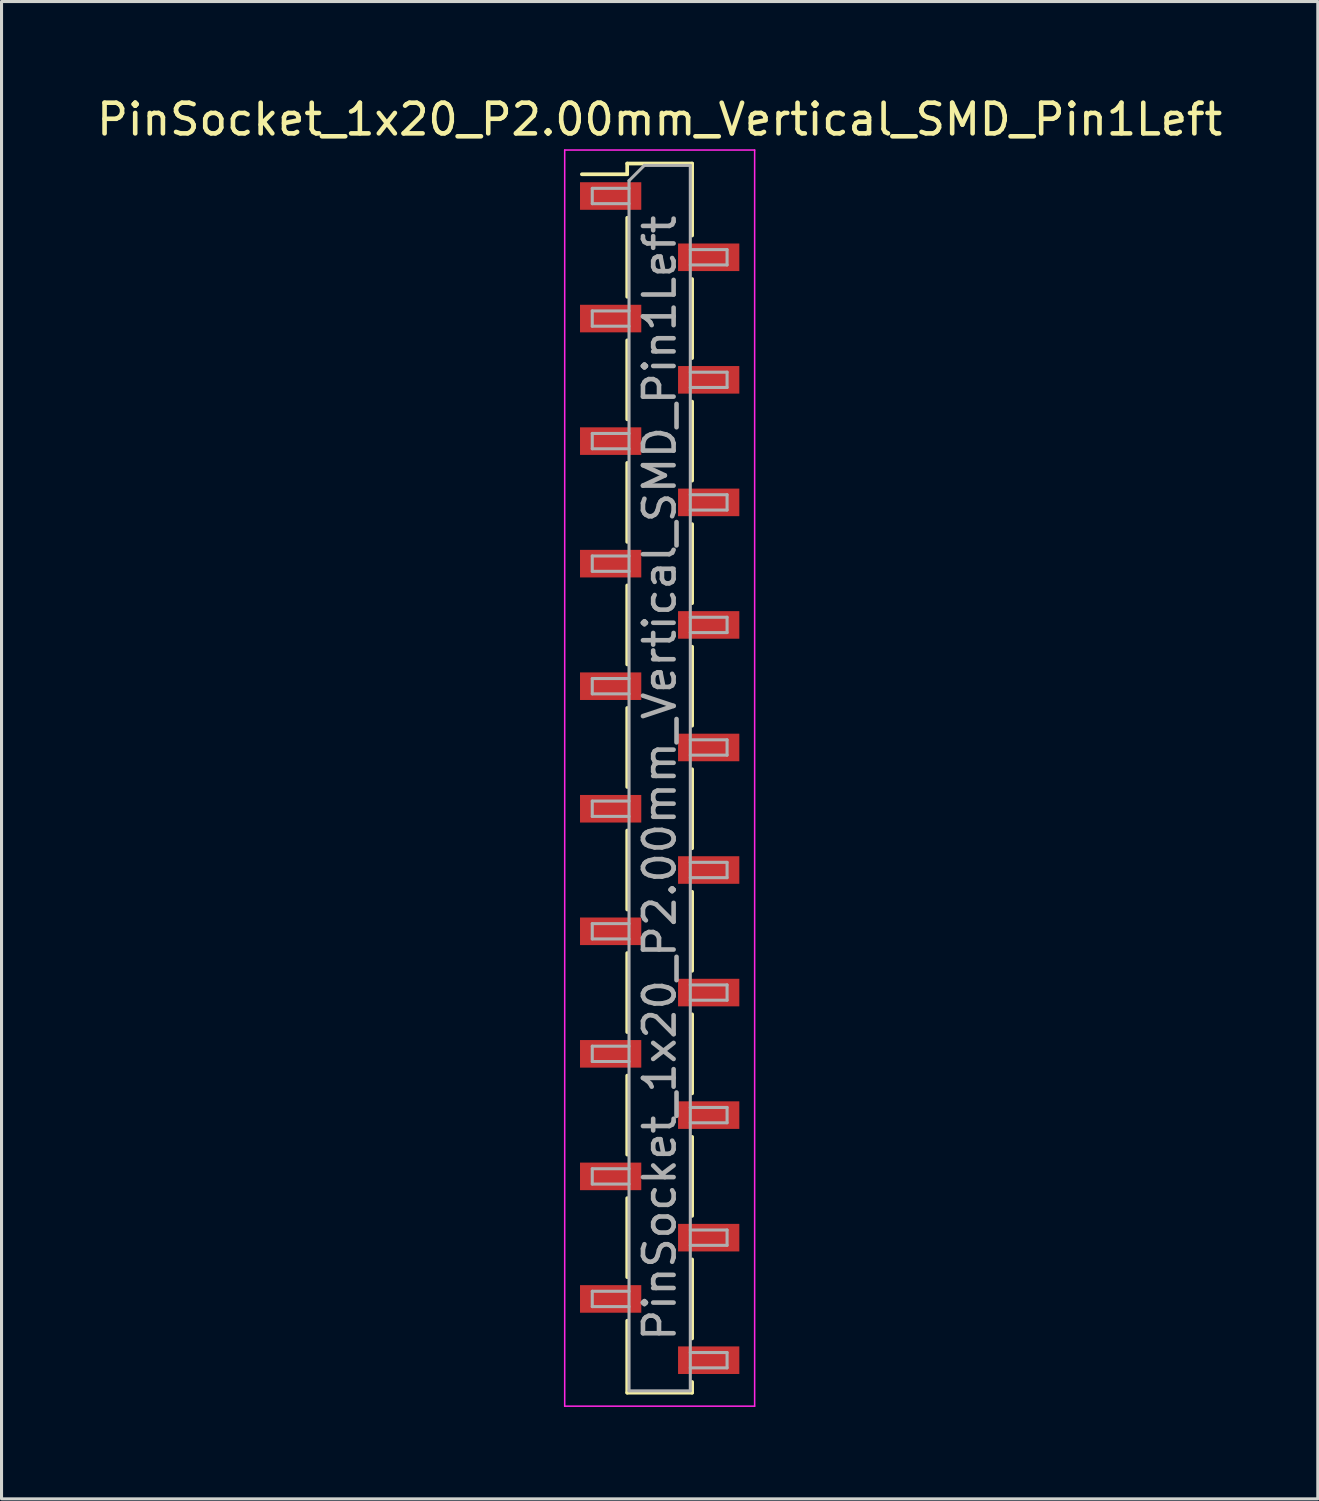
<source format=kicad_pcb>
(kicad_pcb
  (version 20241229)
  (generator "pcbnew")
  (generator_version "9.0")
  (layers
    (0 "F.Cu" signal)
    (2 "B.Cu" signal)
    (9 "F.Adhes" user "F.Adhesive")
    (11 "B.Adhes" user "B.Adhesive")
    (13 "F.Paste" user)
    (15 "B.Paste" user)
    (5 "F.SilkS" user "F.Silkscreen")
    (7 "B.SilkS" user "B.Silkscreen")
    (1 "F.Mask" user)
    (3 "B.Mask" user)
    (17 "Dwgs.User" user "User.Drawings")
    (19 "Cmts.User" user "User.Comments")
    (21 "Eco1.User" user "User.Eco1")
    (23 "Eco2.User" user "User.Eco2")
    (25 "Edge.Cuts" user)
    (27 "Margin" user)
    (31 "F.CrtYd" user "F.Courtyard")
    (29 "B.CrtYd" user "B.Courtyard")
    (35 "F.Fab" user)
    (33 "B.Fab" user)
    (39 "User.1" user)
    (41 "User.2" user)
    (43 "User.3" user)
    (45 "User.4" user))
  (footprint "PinSocket_1x20_P2.00mm_Vertical_SMD_Pin1Left"
    (layer "F.Cu")
    (at 18.482 22.348)
    (property "Reference" "PinSocket_1x20_P2.00mm_Vertical_SMD_Pin1Left" (at 0 -21.5 0) (layer "F.SilkS") (effects (font (size 1 1) (thickness 0.15))))
    (attr smd)
    (fp_line (start -2.54 -19.71) (end -1.06 -19.71) (stroke (width 0.12) (type solid)) (layer "F.SilkS"))
    (fp_line (start -1.06 -20.06) (end -1.06 -19.71) (stroke (width 0.12) (type solid)) (layer "F.SilkS"))
    (fp_line (start -1.06 -20.06) (end 1.06 -20.06) (stroke (width 0.12) (type solid)) (layer "F.SilkS"))
    (fp_line (start -1.06 -18.29) (end -1.06 -15.71) (stroke (width 0.12) (type solid)) (layer "F.SilkS"))
    (fp_line (start -1.06 -14.29) (end -1.06 -11.71) (stroke (width 0.12) (type solid)) (layer "F.SilkS"))
    (fp_line (start -1.06 -10.29) (end -1.06 -7.71) (stroke (width 0.12) (type solid)) (layer "F.SilkS"))
    (fp_line (start -1.06 -6.29) (end -1.06 -3.71) (stroke (width 0.12) (type solid)) (layer "F.SilkS"))
    (fp_line (start -1.06 -2.29) (end -1.06 0.29) (stroke (width 0.12) (type solid)) (layer "F.SilkS"))
    (fp_line (start -1.06 1.71) (end -1.06 4.29) (stroke (width 0.12) (type solid)) (layer "F.SilkS"))
    (fp_line (start -1.06 5.71) (end -1.06 8.29) (stroke (width 0.12) (type solid)) (layer "F.SilkS"))
    (fp_line (start -1.06 9.71) (end -1.06 12.29) (stroke (width 0.12) (type solid)) (layer "F.SilkS"))
    (fp_line (start -1.06 13.71) (end -1.06 16.29) (stroke (width 0.12) (type solid)) (layer "F.SilkS"))
    (fp_line (start -1.06 17.71) (end -1.06 20.06) (stroke (width 0.12) (type solid)) (layer "F.SilkS"))
    (fp_line (start -1.06 20.06) (end 1.06 20.06) (stroke (width 0.12) (type solid)) (layer "F.SilkS"))
    (fp_line (start 1.06 -20.06) (end 1.06 -17.71) (stroke (width 0.12) (type solid)) (layer "F.SilkS"))
    (fp_line (start 1.06 -16.29) (end 1.06 -13.71) (stroke (width 0.12) (type solid)) (layer "F.SilkS"))
    (fp_line (start 1.06 -12.29) (end 1.06 -9.71) (stroke (width 0.12) (type solid)) (layer "F.SilkS"))
    (fp_line (start 1.06 -8.29) (end 1.06 -5.71) (stroke (width 0.12) (type solid)) (layer "F.SilkS"))
    (fp_line (start 1.06 -4.29) (end 1.06 -1.71) (stroke (width 0.12) (type solid)) (layer "F.SilkS"))
    (fp_line (start 1.06 -0.29) (end 1.06 2.29) (stroke (width 0.12) (type solid)) (layer "F.SilkS"))
    (fp_line (start 1.06 3.71) (end 1.06 6.29) (stroke (width 0.12) (type solid)) (layer "F.SilkS"))
    (fp_line (start 1.06 7.71) (end 1.06 10.29) (stroke (width 0.12) (type solid)) (layer "F.SilkS"))
    (fp_line (start 1.06 11.71) (end 1.06 14.29) (stroke (width 0.12) (type solid)) (layer "F.SilkS"))
    (fp_line (start 1.06 15.71) (end 1.06 18.29) (stroke (width 0.12) (type solid)) (layer "F.SilkS"))
    (fp_line (start 1.06 19.71) (end 1.06 20.06) (stroke (width 0.12) (type solid)) (layer "F.SilkS"))
    (fp_line (start -3.1 -20.5) (end 3.1 -20.5) (stroke (width 0.05) (type solid)) (layer "F.CrtYd"))
    (fp_line (start -3.1 20.5) (end -3.1 -20.5) (stroke (width 0.05) (type solid)) (layer "F.CrtYd"))
    (fp_line (start 3.1 -20.5) (end 3.1 20.5) (stroke (width 0.05) (type solid)) (layer "F.CrtYd"))
    (fp_line (start 3.1 20.5) (end -3.1 20.5) (stroke (width 0.05) (type solid)) (layer "F.CrtYd"))
    (fp_line (start -2.2 -19.25) (end -1 -19.25) (stroke (width 0.1) (type solid)) (layer "F.Fab"))
    (fp_line (start -2.2 -18.75) (end -2.2 -19.25) (stroke (width 0.1) (type solid)) (layer "F.Fab"))
    (fp_line (start -2.2 -15.25) (end -1 -15.25) (stroke (width 0.1) (type solid)) (layer "F.Fab"))
    (fp_line (start -2.2 -14.75) (end -2.2 -15.25) (stroke (width 0.1) (type solid)) (layer "F.Fab"))
    (fp_line (start -2.2 -11.25) (end -1 -11.25) (stroke (width 0.1) (type solid)) (layer "F.Fab"))
    (fp_line (start -2.2 -10.75) (end -2.2 -11.25) (stroke (width 0.1) (type solid)) (layer "F.Fab"))
    (fp_line (start -2.2 -7.25) (end -1 -7.25) (stroke (width 0.1) (type solid)) (layer "F.Fab"))
    (fp_line (start -2.2 -6.75) (end -2.2 -7.25) (stroke (width 0.1) (type solid)) (layer "F.Fab"))
    (fp_line (start -2.2 -3.25) (end -1 -3.25) (stroke (width 0.1) (type solid)) (layer "F.Fab"))
    (fp_line (start -2.2 -2.75) (end -2.2 -3.25) (stroke (width 0.1) (type solid)) (layer "F.Fab"))
    (fp_line (start -2.2 0.75) (end -1 0.75) (stroke (width 0.1) (type solid)) (layer "F.Fab"))
    (fp_line (start -2.2 1.25) (end -2.2 0.75) (stroke (width 0.1) (type solid)) (layer "F.Fab"))
    (fp_line (start -2.2 4.75) (end -1 4.75) (stroke (width 0.1) (type solid)) (layer "F.Fab"))
    (fp_line (start -2.2 5.25) (end -2.2 4.75) (stroke (width 0.1) (type solid)) (layer "F.Fab"))
    (fp_line (start -2.2 8.75) (end -1 8.75) (stroke (width 0.1) (type solid)) (layer "F.Fab"))
    (fp_line (start -2.2 9.25) (end -2.2 8.75) (stroke (width 0.1) (type solid)) (layer "F.Fab"))
    (fp_line (start -2.2 12.75) (end -1 12.75) (stroke (width 0.1) (type solid)) (layer "F.Fab"))
    (fp_line (start -2.2 13.25) (end -2.2 12.75) (stroke (width 0.1) (type solid)) (layer "F.Fab"))
    (fp_line (start -2.2 16.75) (end -1 16.75) (stroke (width 0.1) (type solid)) (layer "F.Fab"))
    (fp_line (start -2.2 17.25) (end -2.2 16.75) (stroke (width 0.1) (type solid)) (layer "F.Fab"))
    (fp_line (start -1 -19.5) (end -0.5 -20) (stroke (width 0.1) (type solid)) (layer "F.Fab"))
    (fp_line (start -1 -18.75) (end -2.2 -18.75) (stroke (width 0.1) (type solid)) (layer "F.Fab"))
    (fp_line (start -1 -14.75) (end -2.2 -14.75) (stroke (width 0.1) (type solid)) (layer "F.Fab"))
    (fp_line (start -1 -10.75) (end -2.2 -10.75) (stroke (width 0.1) (type solid)) (layer "F.Fab"))
    (fp_line (start -1 -6.75) (end -2.2 -6.75) (stroke (width 0.1) (type solid)) (layer "F.Fab"))
    (fp_line (start -1 -2.75) (end -2.2 -2.75) (stroke (width 0.1) (type solid)) (layer "F.Fab"))
    (fp_line (start -1 1.25) (end -2.2 1.25) (stroke (width 0.1) (type solid)) (layer "F.Fab"))
    (fp_line (start -1 5.25) (end -2.2 5.25) (stroke (width 0.1) (type solid)) (layer "F.Fab"))
    (fp_line (start -1 9.25) (end -2.2 9.25) (stroke (width 0.1) (type solid)) (layer "F.Fab"))
    (fp_line (start -1 13.25) (end -2.2 13.25) (stroke (width 0.1) (type solid)) (layer "F.Fab"))
    (fp_line (start -1 17.25) (end -2.2 17.25) (stroke (width 0.1) (type solid)) (layer "F.Fab"))
    (fp_line (start -1 20) (end -1 -19.5) (stroke (width 0.1) (type solid)) (layer "F.Fab"))
    (fp_line (start -0.5 -20) (end 1 -20) (stroke (width 0.1) (type solid)) (layer "F.Fab"))
    (fp_line (start 1 -20) (end 1 20) (stroke (width 0.1) (type solid)) (layer "F.Fab"))
    (fp_line (start 1 -17.25) (end 2.2 -17.25) (stroke (width 0.1) (type solid)) (layer "F.Fab"))
    (fp_line (start 1 -13.25) (end 2.2 -13.25) (stroke (width 0.1) (type solid)) (layer "F.Fab"))
    (fp_line (start 1 -9.25) (end 2.2 -9.25) (stroke (width 0.1) (type solid)) (layer "F.Fab"))
    (fp_line (start 1 -5.25) (end 2.2 -5.25) (stroke (width 0.1) (type solid)) (layer "F.Fab"))
    (fp_line (start 1 -1.25) (end 2.2 -1.25) (stroke (width 0.1) (type solid)) (layer "F.Fab"))
    (fp_line (start 1 2.75) (end 2.2 2.75) (stroke (width 0.1) (type solid)) (layer "F.Fab"))
    (fp_line (start 1 6.75) (end 2.2 6.75) (stroke (width 0.1) (type solid)) (layer "F.Fab"))
    (fp_line (start 1 10.75) (end 2.2 10.75) (stroke (width 0.1) (type solid)) (layer "F.Fab"))
    (fp_line (start 1 14.75) (end 2.2 14.75) (stroke (width 0.1) (type solid)) (layer "F.Fab"))
    (fp_line (start 1 18.75) (end 2.2 18.75) (stroke (width 0.1) (type solid)) (layer "F.Fab"))
    (fp_line (start 1 20) (end -1 20) (stroke (width 0.1) (type solid)) (layer "F.Fab"))
    (fp_line (start 2.2 -17.25) (end 2.2 -16.75) (stroke (width 0.1) (type solid)) (layer "F.Fab"))
    (fp_line (start 2.2 -16.75) (end 1 -16.75) (stroke (width 0.1) (type solid)) (layer "F.Fab"))
    (fp_line (start 2.2 -13.25) (end 2.2 -12.75) (stroke (width 0.1) (type solid)) (layer "F.Fab"))
    (fp_line (start 2.2 -12.75) (end 1 -12.75) (stroke (width 0.1) (type solid)) (layer "F.Fab"))
    (fp_line (start 2.2 -9.25) (end 2.2 -8.75) (stroke (width 0.1) (type solid)) (layer "F.Fab"))
    (fp_line (start 2.2 -8.75) (end 1 -8.75) (stroke (width 0.1) (type solid)) (layer "F.Fab"))
    (fp_line (start 2.2 -5.25) (end 2.2 -4.75) (stroke (width 0.1) (type solid)) (layer "F.Fab"))
    (fp_line (start 2.2 -4.75) (end 1 -4.75) (stroke (width 0.1) (type solid)) (layer "F.Fab"))
    (fp_line (start 2.2 -1.25) (end 2.2 -0.75) (stroke (width 0.1) (type solid)) (layer "F.Fab"))
    (fp_line (start 2.2 -0.75) (end 1 -0.75) (stroke (width 0.1) (type solid)) (layer "F.Fab"))
    (fp_line (start 2.2 2.75) (end 2.2 3.25) (stroke (width 0.1) (type solid)) (layer "F.Fab"))
    (fp_line (start 2.2 3.25) (end 1 3.25) (stroke (width 0.1) (type solid)) (layer "F.Fab"))
    (fp_line (start 2.2 6.75) (end 2.2 7.25) (stroke (width 0.1) (type solid)) (layer "F.Fab"))
    (fp_line (start 2.2 7.25) (end 1 7.25) (stroke (width 0.1) (type solid)) (layer "F.Fab"))
    (fp_line (start 2.2 10.75) (end 2.2 11.25) (stroke (width 0.1) (type solid)) (layer "F.Fab"))
    (fp_line (start 2.2 11.25) (end 1 11.25) (stroke (width 0.1) (type solid)) (layer "F.Fab"))
    (fp_line (start 2.2 14.75) (end 2.2 15.25) (stroke (width 0.1) (type solid)) (layer "F.Fab"))
    (fp_line (start 2.2 15.25) (end 1 15.25) (stroke (width 0.1) (type solid)) (layer "F.Fab"))
    (fp_line (start 2.2 18.75) (end 2.2 19.25) (stroke (width 0.1) (type solid)) (layer "F.Fab"))
    (fp_line (start 2.2 19.25) (end 1 19.25) (stroke (width 0.1) (type solid)) (layer "F.Fab"))
    (fp_text user "${REFERENCE}" (at 0 0 90) (layer "F.Fab") (effects (font (size 1 1) (thickness 0.15))))
    (pad "1" smd rect (at -1.6 -19) (size 2 0.9) (layers "F.Cu" "F.Mask" "F.Paste"))
    (pad "2" smd rect (at 1.6 -17) (size 2 0.9) (layers "F.Cu" "F.Mask" "F.Paste"))
    (pad "3" smd rect (at -1.6 -15) (size 2 0.9) (layers "F.Cu" "F.Mask" "F.Paste"))
    (pad "4" smd rect (at 1.6 -13) (size 2 0.9) (layers "F.Cu" "F.Mask" "F.Paste"))
    (pad "5" smd rect (at -1.6 -11) (size 2 0.9) (layers "F.Cu" "F.Mask" "F.Paste"))
    (pad "6" smd rect (at 1.6 -9) (size 2 0.9) (layers "F.Cu" "F.Mask" "F.Paste"))
    (pad "7" smd rect (at -1.6 -7) (size 2 0.9) (layers "F.Cu" "F.Mask" "F.Paste"))
    (pad "8" smd rect (at 1.6 -5) (size 2 0.9) (layers "F.Cu" "F.Mask" "F.Paste"))
    (pad "9" smd rect (at -1.6 -3) (size 2 0.9) (layers "F.Cu" "F.Mask" "F.Paste"))
    (pad "10" smd rect (at 1.6 -1) (size 2 0.9) (layers "F.Cu" "F.Mask" "F.Paste"))
    (pad "11" smd rect (at -1.6 1) (size 2 0.9) (layers "F.Cu" "F.Mask" "F.Paste"))
    (pad "12" smd rect (at 1.6 3) (size 2 0.9) (layers "F.Cu" "F.Mask" "F.Paste"))
    (pad "13" smd rect (at -1.6 5) (size 2 0.9) (layers "F.Cu" "F.Mask" "F.Paste"))
    (pad "14" smd rect (at 1.6 7) (size 2 0.9) (layers "F.Cu" "F.Mask" "F.Paste"))
    (pad "15" smd rect (at -1.6 9) (size 2 0.9) (layers "F.Cu" "F.Mask" "F.Paste"))
    (pad "16" smd rect (at 1.6 11) (size 2 0.9) (layers "F.Cu" "F.Mask" "F.Paste"))
    (pad "17" smd rect (at -1.6 13) (size 2 0.9) (layers "F.Cu" "F.Mask" "F.Paste"))
    (pad "18" smd rect (at 1.6 15) (size 2 0.9) (layers "F.Cu" "F.Mask" "F.Paste"))
    (pad "19" smd rect (at -1.6 17) (size 2 0.9) (layers "F.Cu" "F.Mask" "F.Paste"))
    (pad "20" smd rect (at 1.6 19) (size 2 0.9) (layers "F.Cu" "F.Mask" "F.Paste")))
  (gr_rect
    (start -3 -3)
    (end 39.964 45.873)
    (stroke (width 0.1) (type default))
    (fill no)
    (layer "Edge.Cuts")))
</source>
